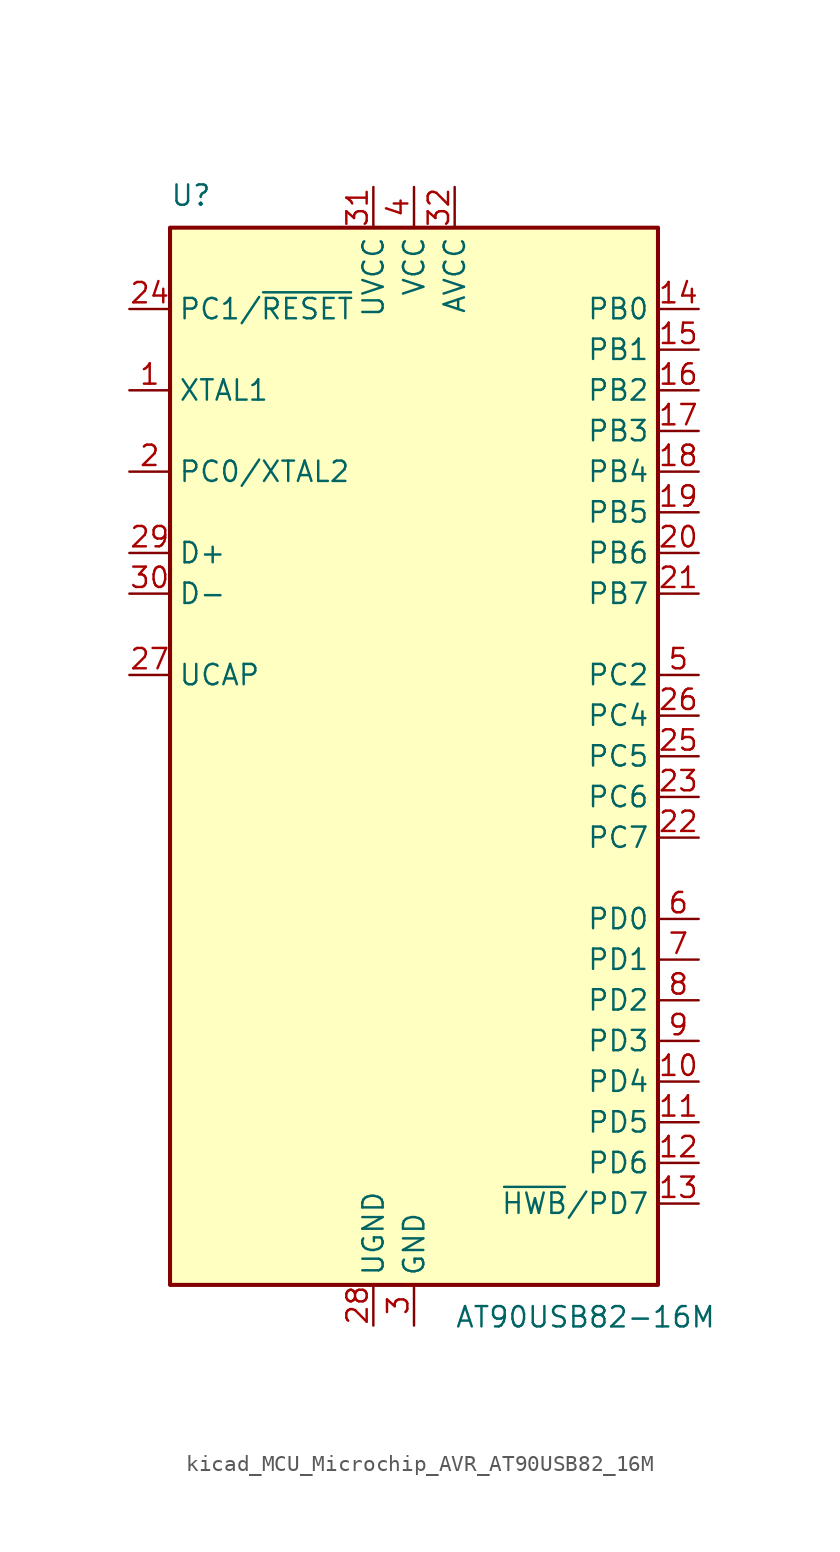
<source format=kicad_sym>
(kicad_symbol_lib
  (version 20220914)
  (generator kicad_symbol_editor)
  (symbol "kicad_MCU_Microchip_AVR_AT90USB82_16M"
    (property "Reference" "U"
      (at -15.24 34.29 0)
      (effects (font (size 1.27 1.27)) (justify left bottom)))
    (property "Value" "AT90USB82-16M"
      (at 2.54 -34.29 0)
      (effects (font (size 1.27 1.27)) (justify left top)))
    (symbol "kicad_MCU_Microchip_AVR_AT90USB82_16M_0_1"
      (rectangle (start -15.24 -33.02) (end 15.24 33.02) (stroke (width 0.254) (type default)) (fill (type background))))
    (symbol "kicad_MCU_Microchip_AVR_AT90USB82_16M_1_1"
      (pin input line (at -17.78 22.86 0) (length 2.54) (name "XTAL1" (effects (font (size 1.27 1.27)))) (number "1" (effects (font (size 1.27 1.27)))))
      (pin bidirectional line (at 17.78 -20.32 180) (length 2.54) (name "PD4" (effects (font (size 1.27 1.27)))) (number "10" (effects (font (size 1.27 1.27)))))
      (pin bidirectional line (at 17.78 -22.86 180) (length 2.54) (name "PD5" (effects (font (size 1.27 1.27)))) (number "11" (effects (font (size 1.27 1.27)))))
      (pin bidirectional line (at 17.78 -25.4 180) (length 2.54) (name "PD6" (effects (font (size 1.27 1.27)))) (number "12" (effects (font (size 1.27 1.27)))))
      (pin bidirectional line (at 17.78 -27.94 180) (length 2.54) (name "~{HWB}/PD7" (effects (font (size 1.27 1.27)))) (number "13" (effects (font (size 1.27 1.27)))))
      (pin bidirectional line (at 17.78 27.94 180) (length 2.54) (name "PB0" (effects (font (size 1.27 1.27)))) (number "14" (effects (font (size 1.27 1.27)))))
      (pin bidirectional line (at 17.78 25.4 180) (length 2.54) (name "PB1" (effects (font (size 1.27 1.27)))) (number "15" (effects (font (size 1.27 1.27)))))
      (pin bidirectional line (at 17.78 22.86 180) (length 2.54) (name "PB2" (effects (font (size 1.27 1.27)))) (number "16" (effects (font (size 1.27 1.27)))))
      (pin bidirectional line (at 17.78 20.32 180) (length 2.54) (name "PB3" (effects (font (size 1.27 1.27)))) (number "17" (effects (font (size 1.27 1.27)))))
      (pin bidirectional line (at 17.78 17.78 180) (length 2.54) (name "PB4" (effects (font (size 1.27 1.27)))) (number "18" (effects (font (size 1.27 1.27)))))
      (pin bidirectional line (at 17.78 15.24 180) (length 2.54) (name "PB5" (effects (font (size 1.27 1.27)))) (number "19" (effects (font (size 1.27 1.27)))))
      (pin bidirectional line (at -17.78 17.78 0) (length 2.54) (name "PC0/XTAL2" (effects (font (size 1.27 1.27)))) (number "2" (effects (font (size 1.27 1.27)))))
      (pin bidirectional line (at 17.78 12.7 180) (length 2.54) (name "PB6" (effects (font (size 1.27 1.27)))) (number "20" (effects (font (size 1.27 1.27)))))
      (pin bidirectional line (at 17.78 10.16 180) (length 2.54) (name "PB7" (effects (font (size 1.27 1.27)))) (number "21" (effects (font (size 1.27 1.27)))))
      (pin bidirectional line (at 17.78 -5.08 180) (length 2.54) (name "PC7" (effects (font (size 1.27 1.27)))) (number "22" (effects (font (size 1.27 1.27)))))
      (pin bidirectional line (at 17.78 -2.54 180) (length 2.54) (name "PC6" (effects (font (size 1.27 1.27)))) (number "23" (effects (font (size 1.27 1.27)))))
      (pin bidirectional line (at -17.78 27.94 0) (length 2.54) (name "PC1/~{RESET}" (effects (font (size 1.27 1.27)))) (number "24" (effects (font (size 1.27 1.27)))))
      (pin bidirectional line (at 17.78 0 180) (length 2.54) (name "PC5" (effects (font (size 1.27 1.27)))) (number "25" (effects (font (size 1.27 1.27)))))
      (pin bidirectional line (at 17.78 2.54 180) (length 2.54) (name "PC4" (effects (font (size 1.27 1.27)))) (number "26" (effects (font (size 1.27 1.27)))))
      (pin passive line (at -17.78 5.08 0) (length 2.54) (name "UCAP" (effects (font (size 1.27 1.27)))) (number "27" (effects (font (size 1.27 1.27)))))
      (pin power_in line (at -2.54 -35.56 90) (length 2.54) (name "UGND" (effects (font (size 1.27 1.27)))) (number "28" (effects (font (size 1.27 1.27)))))
      (pin bidirectional line (at -17.78 12.7 0) (length 2.54) (name "D+" (effects (font (size 1.27 1.27)))) (number "29" (effects (font (size 1.27 1.27)))))
      (pin power_in line (at 0 -35.56 90) (length 2.54) (name "GND" (effects (font (size 1.27 1.27)))) (number "3" (effects (font (size 1.27 1.27)))))
      (pin bidirectional line (at -17.78 10.16 0) (length 2.54) (name "D-" (effects (font (size 1.27 1.27)))) (number "30" (effects (font (size 1.27 1.27)))))
      (pin power_in line (at -2.54 35.56 270) (length 2.54) (name "UVCC" (effects (font (size 1.27 1.27)))) (number "31" (effects (font (size 1.27 1.27)))))
      (pin power_in line (at 2.54 35.56 270) (length 2.54) (name "AVCC" (effects (font (size 1.27 1.27)))) (number "32" (effects (font (size 1.27 1.27)))))
      (pin passive line (at 0 -35.56 90) (length 2.54) hide (name "GND" (effects (font (size 1.27 1.27)))) (number "33" (effects (font (size 1.27 1.27)))))
      (pin power_in line (at 0 35.56 270) (length 2.54) (name "VCC" (effects (font (size 1.27 1.27)))) (number "4" (effects (font (size 1.27 1.27)))))
      (pin bidirectional line (at 17.78 5.08 180) (length 2.54) (name "PC2" (effects (font (size 1.27 1.27)))) (number "5" (effects (font (size 1.27 1.27)))))
      (pin bidirectional line (at 17.78 -10.16 180) (length 2.54) (name "PD0" (effects (font (size 1.27 1.27)))) (number "6" (effects (font (size 1.27 1.27)))))
      (pin bidirectional line (at 17.78 -12.7 180) (length 2.54) (name "PD1" (effects (font (size 1.27 1.27)))) (number "7" (effects (font (size 1.27 1.27)))))
      (pin bidirectional line (at 17.78 -15.24 180) (length 2.54) (name "PD2" (effects (font (size 1.27 1.27)))) (number "8" (effects (font (size 1.27 1.27)))))
      (pin bidirectional line (at 17.78 -17.78 180) (length 2.54) (name "PD3" (effects (font (size 1.27 1.27)))) (number "9" (effects (font (size 1.27 1.27))))))))
</source>
